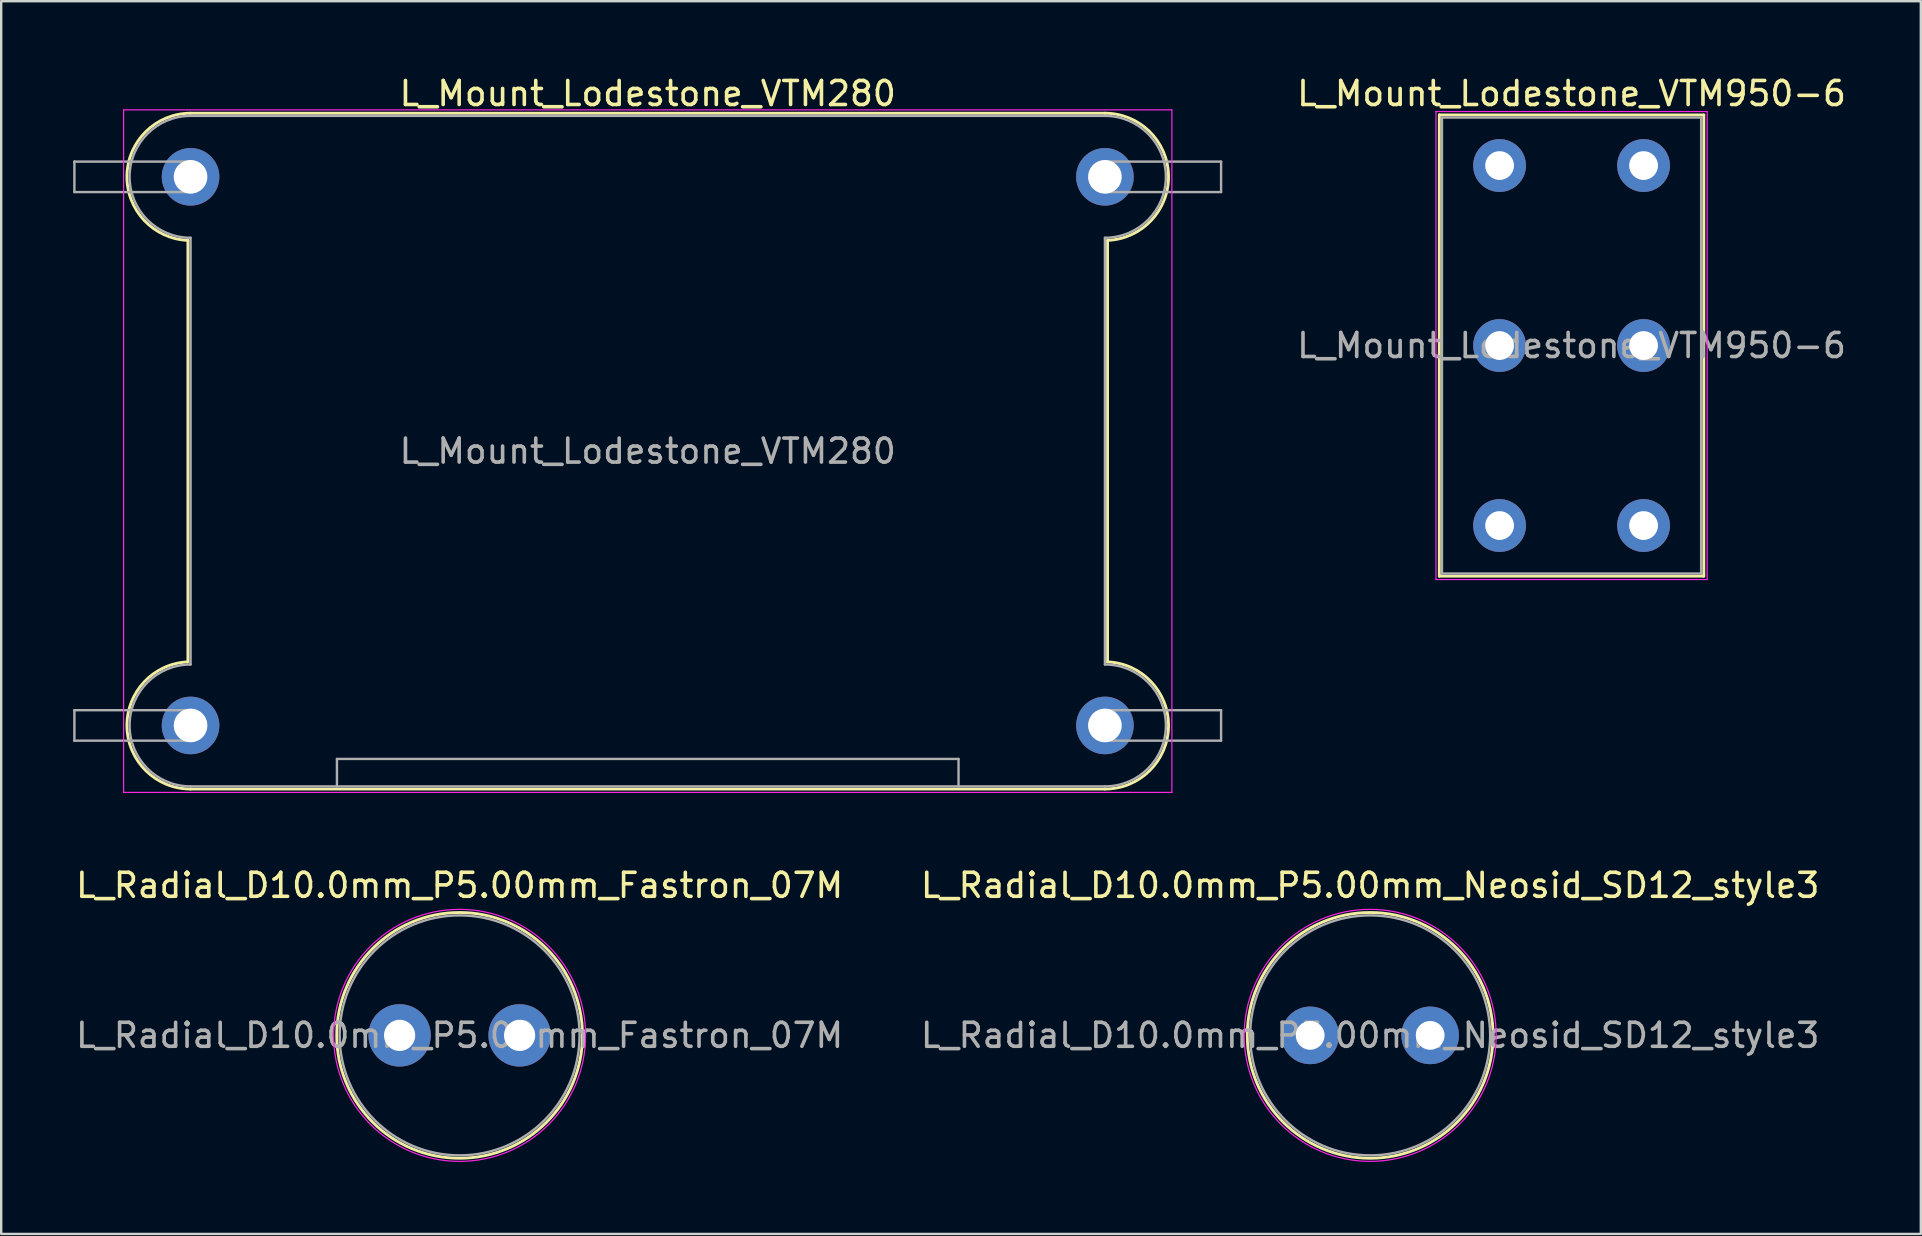
<source format=kicad_pcb>
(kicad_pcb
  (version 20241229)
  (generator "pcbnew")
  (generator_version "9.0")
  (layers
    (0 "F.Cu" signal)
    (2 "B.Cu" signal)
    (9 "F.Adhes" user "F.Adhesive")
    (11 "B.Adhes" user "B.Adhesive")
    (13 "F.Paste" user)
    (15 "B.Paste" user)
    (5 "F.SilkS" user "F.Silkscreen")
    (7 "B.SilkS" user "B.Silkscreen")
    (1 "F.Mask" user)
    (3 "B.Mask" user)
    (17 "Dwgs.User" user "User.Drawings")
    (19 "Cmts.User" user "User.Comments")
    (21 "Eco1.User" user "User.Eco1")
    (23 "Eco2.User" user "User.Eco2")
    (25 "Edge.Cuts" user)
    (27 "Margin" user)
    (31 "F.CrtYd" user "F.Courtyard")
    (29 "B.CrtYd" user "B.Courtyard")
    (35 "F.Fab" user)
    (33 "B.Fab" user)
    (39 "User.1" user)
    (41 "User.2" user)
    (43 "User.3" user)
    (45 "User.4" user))
  (footprint "L_Radial_D10.0mm_P5.00mm_Neosid_SD12_style3"
    (layer "F.Cu")
    (at 51.542 40.092)
    (property "Reference" "L_Radial_D10.0mm_P5.00mm_Neosid_SD12_style3" (at 2.5 -6.25 0) (layer "F.SilkS") (effects (font (size 1 1) (thickness 0.15))))
    (attr through_hole)
    (fp_circle (center 2.5 0) (end 7.62 0) (stroke (width 0.12) (type solid)) (fill no) (layer "F.SilkS"))
    (fp_circle (center 2.5 0) (end 7.75 0) (stroke (width 0.05) (type solid)) (fill no) (layer "F.CrtYd"))
    (fp_circle (center 2.5 0) (end 7.5 0) (stroke (width 0.1) (type solid)) (fill no) (layer "F.Fab"))
    (fp_text user "${REFERENCE}" (at 2.5 0 0) (layer "F.Fab") (effects (font (size 1 1) (thickness 0.15))))
    (pad "1" thru_hole circle (at 0 0) (size 2.4 2.4) (drill 1.2) (layers "*.Cu" "*.Mask"))
    (pad "2" thru_hole circle (at 5 0) (size 2.4 2.4) (drill 1.2) (layers "*.Cu" "*.Mask")))
  (footprint "L_Mount_Lodestone_VTM280"
    (layer "F.Cu")
    (at 4.89 27.178)
    (property "Reference" "L_Mount_Lodestone_VTM280" (at 19.05 -26.33 0) (layer "F.SilkS") (effects (font (size 1 1) (thickness 0.15))))
    (attr through_hole)
    (fp_line (start -0.11 -2.65) (end -0.11 -20.21) (stroke (width 0.12) (type solid)) (layer "F.SilkS"))
    (fp_line (start 0 -25.51) (end 38.1 -25.51) (stroke (width 0.12) (type solid)) (layer "F.SilkS"))
    (fp_line (start 0 2.65) (end 38.1 2.65) (stroke (width 0.12) (type solid)) (layer "F.SilkS"))
    (fp_line (start 38.21 -2.65) (end 38.21 -20.21) (stroke (width 0.12) (type solid)) (layer "F.SilkS"))
    (fp_arc (start -0.11097 -20.212325) (mid -2.649418 -22.915497) (end 0 -25.51) (stroke (width 0.12) (type solid)) (layer "F.SilkS"))
    (fp_arc (start 0 2.65) (mid -2.649419 0.055497) (end -0.11097 -2.647675) (stroke (width 0.12) (type solid)) (layer "F.SilkS"))
    (fp_arc (start 38.1 -25.51) (mid 40.749419 -22.915497) (end 38.21097 -20.212325) (stroke (width 0.12) (type solid)) (layer "F.SilkS"))
    (fp_arc (start 38.21097 -2.647675) (mid 40.749418 0.055497) (end 38.1 2.65) (stroke (width 0.12) (type solid)) (layer "F.SilkS"))
    (fp_line (start -2.79 -25.65) (end 40.89 -25.65) (stroke (width 0.05) (type solid)) (layer "F.CrtYd"))
    (fp_line (start -2.79 2.79) (end -2.79 -25.65) (stroke (width 0.05) (type solid)) (layer "F.CrtYd"))
    (fp_line (start -2.79 2.79) (end 40.89 2.79) (stroke (width 0.05) (type solid)) (layer "F.CrtYd"))
    (fp_line (start 40.89 2.79) (end 40.89 -25.65) (stroke (width 0.05) (type solid)) (layer "F.CrtYd"))
    (fp_line (start -4.84 -23.495) (end 0 -23.495) (stroke (width 0.1) (type solid)) (layer "F.Fab"))
    (fp_line (start -4.84 -22.225) (end -4.84 -23.495) (stroke (width 0.1) (type solid)) (layer "F.Fab"))
    (fp_line (start -4.84 -0.635) (end 0 -0.635) (stroke (width 0.1) (type solid)) (layer "F.Fab"))
    (fp_line (start -4.84 0.635) (end -4.84 -0.635) (stroke (width 0.1) (type solid)) (layer "F.Fab"))
    (fp_line (start 0 -25.4) (end 38.1 -25.4) (stroke (width 0.1) (type solid)) (layer "F.Fab"))
    (fp_line (start 0 -22.225) (end -4.84 -22.225) (stroke (width 0.1) (type solid)) (layer "F.Fab"))
    (fp_line (start 0 -2.54) (end 0 -20.32) (stroke (width 0.1) (type solid)) (layer "F.Fab"))
    (fp_line (start 0 0.635) (end -4.84 0.635) (stroke (width 0.1) (type solid)) (layer "F.Fab"))
    (fp_line (start 0 2.54) (end 38.1 2.54) (stroke (width 0.1) (type solid)) (layer "F.Fab"))
    (fp_line (start 6.1 1.395) (end 6.1 2.54) (stroke (width 0.1) (type solid)) (layer "F.Fab"))
    (fp_line (start 6.1 1.395) (end 32 1.395) (stroke (width 0.1) (type solid)) (layer "F.Fab"))
    (fp_line (start 32 1.395) (end 32 2.54) (stroke (width 0.1) (type solid)) (layer "F.Fab"))
    (fp_line (start 38.1 -23.495) (end 42.94 -23.495) (stroke (width 0.1) (type solid)) (layer "F.Fab"))
    (fp_line (start 38.1 -2.54) (end 38.1 -20.32) (stroke (width 0.1) (type solid)) (layer "F.Fab"))
    (fp_line (start 38.1 -0.635) (end 42.94 -0.635) (stroke (width 0.1) (type solid)) (layer "F.Fab"))
    (fp_line (start 42.94 -23.495) (end 42.94 -22.225) (stroke (width 0.1) (type solid)) (layer "F.Fab"))
    (fp_line (start 42.94 -22.225) (end 38.1 -22.225) (stroke (width 0.1) (type solid)) (layer "F.Fab"))
    (fp_line (start 42.94 -0.635) (end 42.94 0.635) (stroke (width 0.1) (type solid)) (layer "F.Fab"))
    (fp_line (start 42.94 0.635) (end 38.1 0.635) (stroke (width 0.1) (type solid)) (layer "F.Fab"))
    (fp_arc (start 0 -23.495) (mid 0.635 -22.86) (end 0 -22.225) (stroke (width 0.1) (type solid)) (layer "F.Fab"))
    (fp_arc (start 0 -20.32) (mid -2.54 -22.86) (end 0 -25.4) (stroke (width 0.1) (type solid)) (layer "F.Fab"))
    (fp_arc (start 0 -0.635) (mid 0.635 0) (end 0 0.635) (stroke (width 0.1) (type solid)) (layer "F.Fab"))
    (fp_arc (start 0 2.54) (mid -2.54 0) (end 0 -2.54) (stroke (width 0.1) (type solid)) (layer "F.Fab"))
    (fp_arc (start 38.1 -25.4) (mid 40.64 -22.86) (end 38.1 -20.32) (stroke (width 0.1) (type solid)) (layer "F.Fab"))
    (fp_arc (start 38.1 -22.225) (mid 37.465 -22.86) (end 38.1 -23.495) (stroke (width 0.1) (type solid)) (layer "F.Fab"))
    (fp_arc (start 38.1 -2.54) (mid 40.64 0) (end 38.1 2.54) (stroke (width 0.1) (type solid)) (layer "F.Fab"))
    (fp_arc (start 38.1 0.635) (mid 37.465 0) (end 38.1 -0.635) (stroke (width 0.1) (type solid)) (layer "F.Fab"))
    (fp_text user "${REFERENCE}" (at 19.05 -11.43 0) (layer "F.Fab") (effects (font (size 1 1) (thickness 0.15))))
    (pad "1" thru_hole circle (at 0 0) (size 2.4 2.4) (drill 1.4) (layers "*.Cu" "*.Mask"))
    (pad "2" thru_hole circle (at 38.1 -22.86) (size 2.4 2.4) (drill 1.4) (layers "*.Cu" "*.Mask"))
    (pad "3" thru_hole circle (at 0 -22.86) (size 2.4 2.4) (drill 1.4) (layers "*.Cu" "*.Mask"))
    (pad "4" thru_hole circle (at 38.1 0) (size 2.4 2.4) (drill 1.4) (layers "*.Cu" "*.Mask")))
  (footprint "L_Mount_Lodestone_VTM950-6"
    (layer "F.Cu")
    (at 59.434 3.848)
    (property "Reference" "L_Mount_Lodestone_VTM950-6" (at 3 -3 0) (layer "F.SilkS") (effects (font (size 1 1) (thickness 0.15))))
    (attr through_hole)
    (fp_line (start -2.51 -2.11) (end -2.51 17.11) (stroke (width 0.12) (type solid)) (layer "F.SilkS"))
    (fp_line (start -2.51 -2.11) (end 8.51 -2.11) (stroke (width 0.12) (type solid)) (layer "F.SilkS"))
    (fp_line (start -2.51 17.11) (end 8.51 17.11) (stroke (width 0.12) (type solid)) (layer "F.SilkS"))
    (fp_line (start 8.51 -2.11) (end 8.51 17.11) (stroke (width 0.12) (type solid)) (layer "F.SilkS"))
    (fp_line (start -2.65 -2.25) (end -2.65 17.25) (stroke (width 0.05) (type solid)) (layer "F.CrtYd"))
    (fp_line (start -2.65 -2.25) (end 8.65 -2.25) (stroke (width 0.05) (type solid)) (layer "F.CrtYd"))
    (fp_line (start -2.65 17.25) (end 8.65 17.25) (stroke (width 0.05) (type solid)) (layer "F.CrtYd"))
    (fp_line (start 8.65 -2.25) (end 8.65 17.25) (stroke (width 0.05) (type solid)) (layer "F.CrtYd"))
    (fp_line (start -2.4 -2) (end -2.4 17) (stroke (width 0.1) (type solid)) (layer "F.Fab"))
    (fp_line (start -2.4 -2) (end 8.4 -2) (stroke (width 0.1) (type solid)) (layer "F.Fab"))
    (fp_line (start -2.4 17) (end 8.4 17) (stroke (width 0.1) (type solid)) (layer "F.Fab"))
    (fp_line (start 8.4 -2) (end 8.4 17) (stroke (width 0.1) (type solid)) (layer "F.Fab"))
    (fp_text user "${REFERENCE}" (at 3 7.5 0) (layer "F.Fab") (effects (font (size 1 1) (thickness 0.15))))
    (pad "1" thru_hole circle (at 0 0) (size 2.2 2.2) (drill 1.2) (layers "*.Cu" "*.Mask"))
    (pad "2" thru_hole circle (at 6 15) (size 2.2 2.2) (drill 1.2) (layers "*.Cu" "*.Mask"))
    (pad "3" thru_hole circle (at 0 15) (size 2.2 2.2) (drill 1.2) (layers "*.Cu" "*.Mask"))
    (pad "4" thru_hole circle (at 6 0) (size 2.2 2.2) (drill 1.2) (layers "*.Cu" "*.Mask"))
    (pad "5" thru_hole circle (at 0 7.5) (size 2.2 2.2) (drill 1.2) (layers "*.Cu" "*.Mask"))
    (pad "6" thru_hole circle (at 6 7.5) (size 2.2 2.2) (drill 1.2) (layers "*.Cu" "*.Mask")))
  (footprint "L_Radial_D10.0mm_P5.00mm_Fastron_07M"
    (layer "F.Cu")
    (at 13.601 40.092)
    (property "Reference" "L_Radial_D10.0mm_P5.00mm_Fastron_07M" (at 2.5 -6.25 0) (layer "F.SilkS") (effects (font (size 1 1) (thickness 0.15))))
    (attr through_hole)
    (fp_circle (center 2.5 0) (end 7.62 0) (stroke (width 0.12) (type solid)) (fill no) (layer "F.SilkS"))
    (fp_circle (center 2.5 0) (end 7.75 0) (stroke (width 0.05) (type solid)) (fill no) (layer "F.CrtYd"))
    (fp_circle (center 2.5 0) (end 7.5 0) (stroke (width 0.1) (type solid)) (fill no) (layer "F.Fab"))
    (fp_text user "${REFERENCE}" (at 2.5 0 0) (layer "F.Fab") (effects (font (size 1 1) (thickness 0.15))))
    (pad "1" thru_hole circle (at 0 0) (size 2.6 2.6) (drill 1.3) (layers "*.Cu" "*.Mask"))
    (pad "2" thru_hole circle (at 5 0) (size 2.6 2.6) (drill 1.3) (layers "*.Cu" "*.Mask")))
  (gr_rect
    (start -3 -3)
    (end 76.987 48.367)
    (stroke (width 0.1) (type default))
    (fill no)
    (layer "Edge.Cuts")))
</source>
